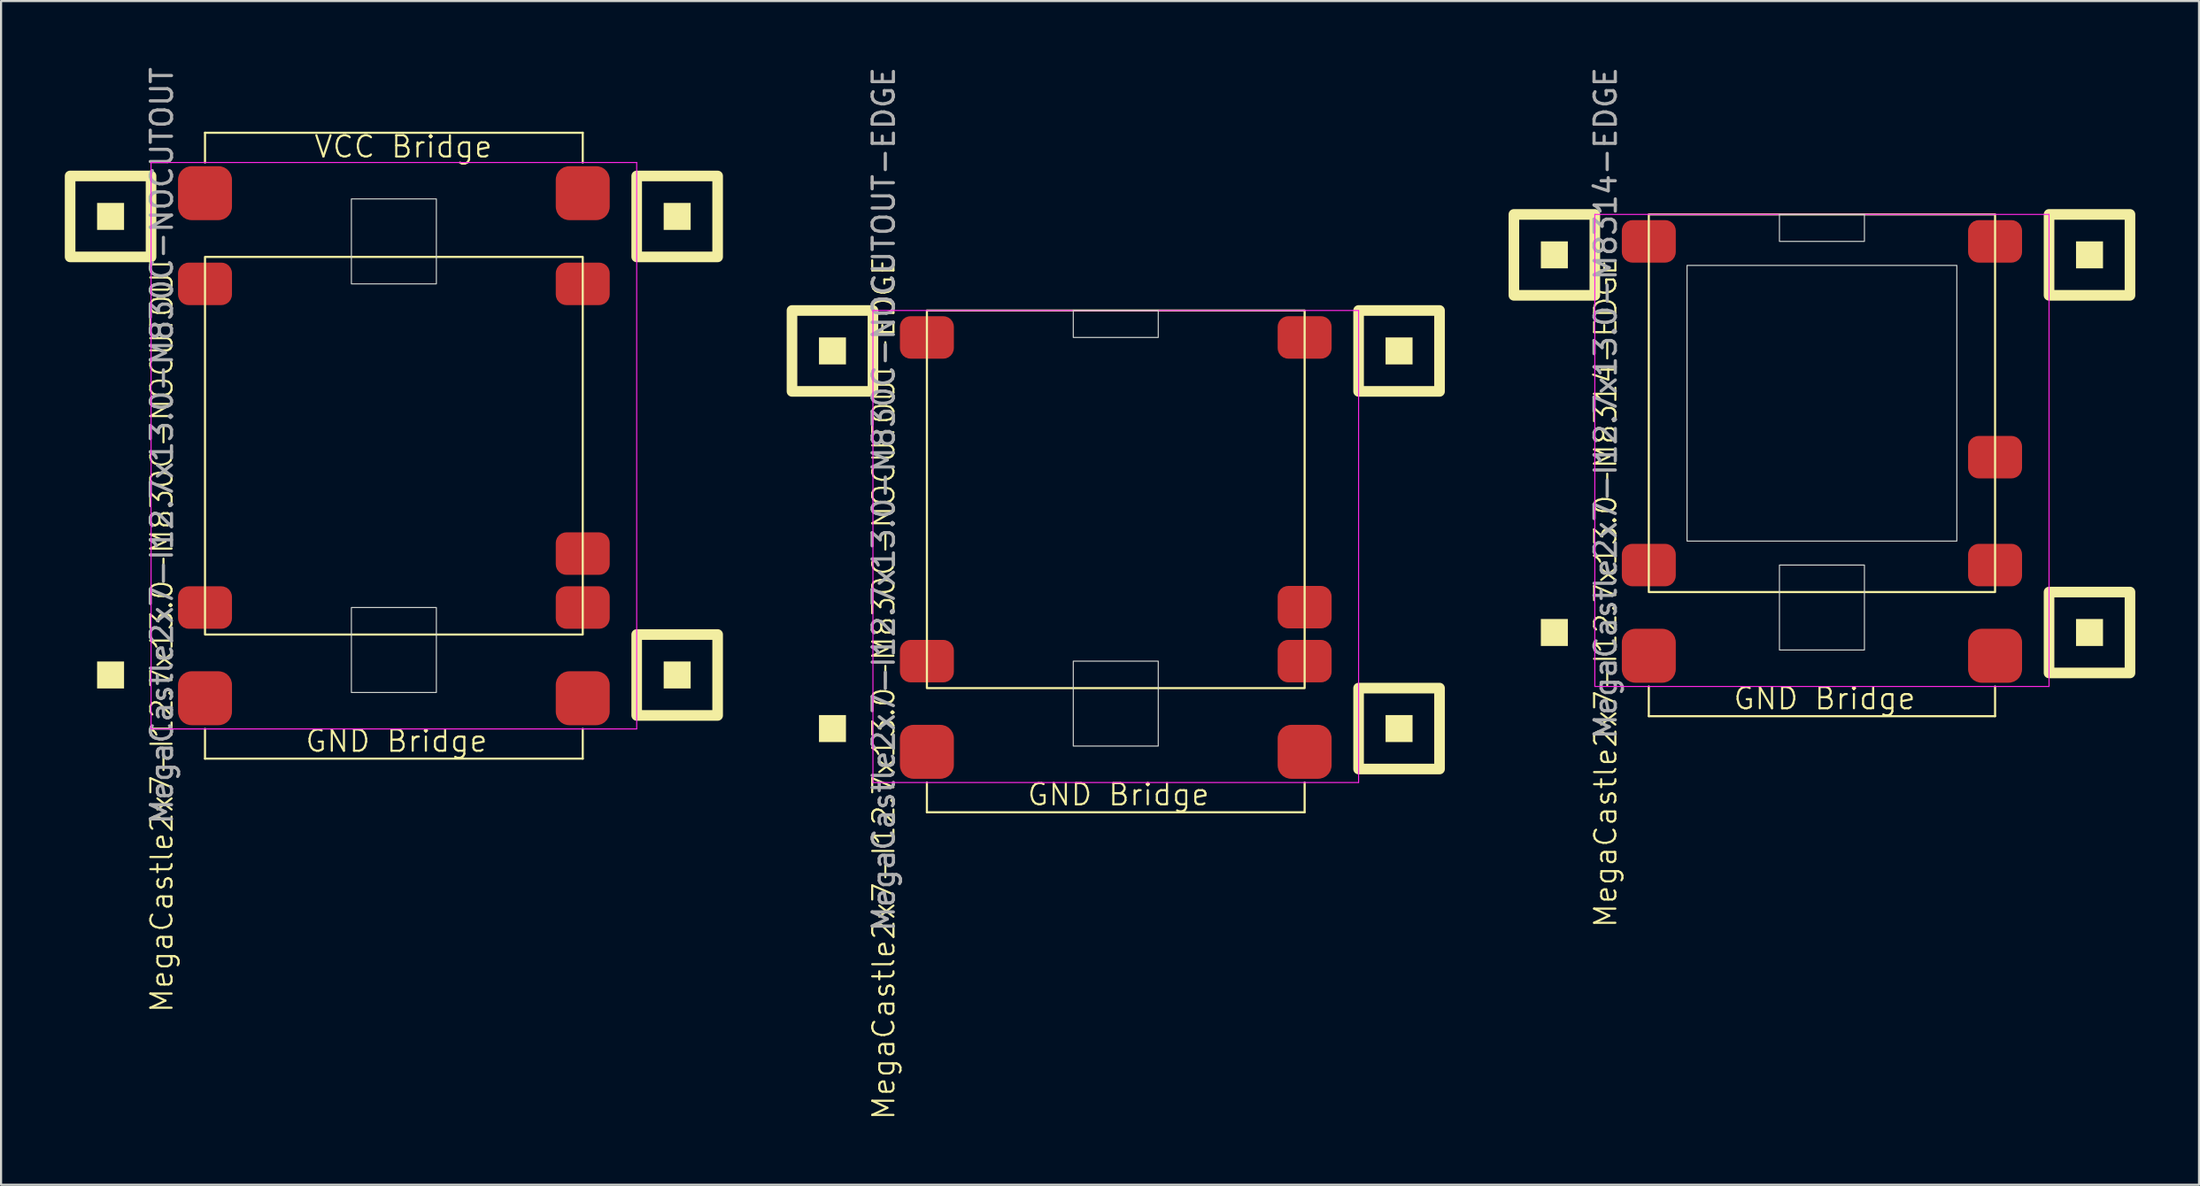
<source format=kicad_pcb>
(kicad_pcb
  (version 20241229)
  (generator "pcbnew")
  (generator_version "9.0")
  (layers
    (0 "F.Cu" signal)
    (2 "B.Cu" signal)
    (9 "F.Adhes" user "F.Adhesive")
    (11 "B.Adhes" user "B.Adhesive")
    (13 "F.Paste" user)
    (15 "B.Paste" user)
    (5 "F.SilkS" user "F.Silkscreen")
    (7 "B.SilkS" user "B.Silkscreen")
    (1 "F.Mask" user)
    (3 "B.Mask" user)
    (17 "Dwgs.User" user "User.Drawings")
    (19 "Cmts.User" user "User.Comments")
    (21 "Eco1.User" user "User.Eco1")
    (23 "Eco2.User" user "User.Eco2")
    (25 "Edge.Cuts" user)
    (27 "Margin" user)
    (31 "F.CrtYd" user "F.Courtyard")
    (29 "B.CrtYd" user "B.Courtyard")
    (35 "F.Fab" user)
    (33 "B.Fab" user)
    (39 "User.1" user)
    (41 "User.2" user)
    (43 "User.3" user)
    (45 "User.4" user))
  (footprint "MegaCastle2x7-I12.7x13.0-M830C-NOCUTOUT-EDGE"
    (layer "F.Cu")
    (at 49.47 20.458)
    (property "Reference" "MegaCastle2x7-I12.7x13.0-M830C-NOCUTOUT-EDGE" (at -10.922 8.89 90) (unlocked yes) (layer "F.SilkS") (effects (font (size 1 1) (thickness 0.1))))
    (attr smd)
    (fp_line (start -8.89 13.335) (end -8.89 14.735) (stroke (width 0.1) (type default)) (layer "F.SilkS"))
    (fp_line (start -8.89 14.735) (end 8.89 14.735) (stroke (width 0.1) (type default)) (layer "F.SilkS"))
    (fp_line (start 8.89 13.335) (end 8.89 14.735) (stroke (width 0.1) (type default)) (layer "F.SilkS"))
    (fp_rect (start -12.7 -6.35) (end -13.97 -7.62) (stroke (width 0) (type solid)) (fill yes) (layer "F.SilkS"))
    (fp_rect (start -12.7 11.43) (end -13.97 10.16) (stroke (width 0) (type solid)) (fill yes) (layer "F.SilkS"))
    (fp_rect (start -11.43 -5.08) (end -15.24 -8.89) (stroke (width 0.5) (type default)) (fill no) (layer "F.SilkS"))
    (fp_rect (start -8.89 -8.89) (end 8.89 8.89) (stroke (width 0.1) (type default)) (fill no) (layer "F.SilkS"))
    (fp_rect (start 13.97 -6.35) (end 12.7 -7.62) (stroke (width 0) (type solid)) (fill yes) (layer "F.SilkS"))
    (fp_rect (start 13.97 11.43) (end 12.7 10.16) (stroke (width 0) (type solid)) (fill yes) (layer "F.SilkS"))
    (fp_rect (start 15.24 -5.08) (end 11.43 -8.89) (stroke (width 0.5) (type default)) (fill no) (layer "F.SilkS"))
    (fp_rect (start 15.24 12.7) (end 11.43 8.89) (stroke (width 0.5) (type default)) (fill no) (layer "F.SilkS"))
    (fp_rect (start -2 -7.62) (end 2 -8.89) (stroke (width 0.05) (type default)) (fill no) (layer "Edge.Cuts"))
    (fp_rect (start -2 7.62) (end 2 11.62) (stroke (width 0.05) (type default)) (fill no) (layer "Edge.Cuts"))
    (fp_line (start -11.43 -8.89) (end -11.43 13.335) (stroke (width 0.05) (type default)) (layer "F.CrtYd"))
    (fp_line (start -11.43 13.335) (end 11.43 13.335) (stroke (width 0.05) (type default)) (layer "F.CrtYd"))
    (fp_line (start 11.43 -8.89) (end -11.43 -8.89) (stroke (width 0.05) (type default)) (layer "F.CrtYd"))
    (fp_line (start 11.43 -8.89) (end 11.43 13.335) (stroke (width 0.05) (type default)) (layer "F.CrtYd"))
    (fp_text user "GND Bridge" (at -4.226 14.49 0) (unlocked yes) (layer "F.SilkS") (effects (font (size 1 1) (thickness 0.1)) (justify left bottom)))
    (fp_text user "${REFERENCE}" (at -10.922 0 90) (unlocked yes) (layer "F.Fab") (effects (font (size 1 1) (thickness 0.15))))
    (pad "1" smd roundrect (at -8.89 -7.62) (size 2.54 2) (layers "F.Cu" "F.Mask" "F.Paste") (roundrect_rratio 0.25))
    (pad "7" smd roundrect (at -8.89 7.62) (size 2.54 2) (layers "F.Cu" "F.Mask" "F.Paste") (roundrect_rratio 0.25))
    (pad "8" smd roundrect (at 8.89 -7.62) (size 2.54 2) (layers "F.Cu" "F.Mask" "F.Paste") (roundrect_rratio 0.25))
    (pad "13" smd roundrect (at 8.89 5.08) (size 2.54 2) (layers "F.Cu" "F.Mask" "F.Paste") (roundrect_rratio 0.25))
    (pad "14" smd roundrect (at 8.89 7.62) (size 2.54 2) (layers "F.Cu" "F.Mask" "F.Paste") (roundrect_rratio 0.25))
    (pad "B1" smd roundrect (at -8.89 11.89) (size 2.54 2.54) (layers "F.Cu" "F.Mask" "F.Paste") (roundrect_rratio 0.25))
    (pad "B2" smd roundrect (at 8.89 11.89) (size 2.54 2.54) (layers "F.Cu" "F.Mask" "F.Paste") (roundrect_rratio 0.25)))
  (footprint "MegaCastle2x7-I12.7x13.0-M830C-NOCUTOUT"
    (layer "F.Cu")
    (at 15.49 17.935)
    (property "Reference" "MegaCastle2x7-I12.7x13.0-M830C-NOCUTOUT" (at -10.922 8.89 90) (unlocked yes) (layer "F.SilkS") (effects (font (size 1 1) (thickness 0.1))))
    (attr smd)
    (fp_line (start -8.89 -14.735) (end 8.89 -14.735) (stroke (width 0.1) (type default)) (layer "F.SilkS"))
    (fp_line (start -8.89 -13.335) (end -8.89 -14.735) (stroke (width 0.1) (type default)) (layer "F.SilkS"))
    (fp_line (start -8.89 13.335) (end -8.89 14.735) (stroke (width 0.1) (type default)) (layer "F.SilkS"))
    (fp_line (start -8.89 14.735) (end 8.89 14.735) (stroke (width 0.1) (type default)) (layer "F.SilkS"))
    (fp_line (start 8.89 -13.335) (end 8.89 -14.735) (stroke (width 0.1) (type default)) (layer "F.SilkS"))
    (fp_line (start 8.89 13.335) (end 8.89 14.735) (stroke (width 0.1) (type default)) (layer "F.SilkS"))
    (fp_rect (start -12.7 -10.16) (end -13.97 -11.43) (stroke (width 0) (type solid)) (fill yes) (layer "F.SilkS"))
    (fp_rect (start -12.7 11.43) (end -13.97 10.16) (stroke (width 0) (type solid)) (fill yes) (layer "F.SilkS"))
    (fp_rect (start -11.43 -8.89) (end -15.24 -12.7) (stroke (width 0.5) (type default)) (fill no) (layer "F.SilkS"))
    (fp_rect (start -8.89 -8.89) (end 8.89 8.89) (stroke (width 0.1) (type default)) (fill no) (layer "F.SilkS"))
    (fp_rect (start 13.97 -10.16) (end 12.7 -11.43) (stroke (width 0) (type solid)) (fill yes) (layer "F.SilkS"))
    (fp_rect (start 13.97 11.43) (end 12.7 10.16) (stroke (width 0) (type solid)) (fill yes) (layer "F.SilkS"))
    (fp_rect (start 15.24 -8.89) (end 11.43 -12.7) (stroke (width 0.5) (type default)) (fill no) (layer "F.SilkS"))
    (fp_rect (start 15.24 12.7) (end 11.43 8.89) (stroke (width 0.5) (type default)) (fill no) (layer "F.SilkS"))
    (fp_rect (start -2 -7.62) (end 2 -11.62) (stroke (width 0.05) (type default)) (fill no) (layer "Edge.Cuts"))
    (fp_rect (start -2 7.62) (end 2 11.62) (stroke (width 0.05) (type default)) (fill no) (layer "Edge.Cuts"))
    (fp_line (start -11.43 -13.335) (end -11.43 13.335) (stroke (width 0.05) (type default)) (layer "F.CrtYd"))
    (fp_line (start -11.43 13.335) (end 11.43 13.335) (stroke (width 0.05) (type default)) (layer "F.CrtYd"))
    (fp_line (start 11.43 -13.335) (end -11.43 -13.335) (stroke (width 0.05) (type default)) (layer "F.CrtYd"))
    (fp_line (start 11.43 -13.335) (end 11.43 13.335) (stroke (width 0.05) (type default)) (layer "F.CrtYd"))
    (fp_text user "GND Bridge" (at -4.226 14.49 0) (unlocked yes) (layer "F.SilkS") (effects (font (size 1 1) (thickness 0.1)) (justify left bottom)))
    (fp_text user "VCC Bridge" (at -3.81 -13.49 0) (unlocked yes) (layer "F.SilkS") (effects (font (size 1 1) (thickness 0.1)) (justify left bottom)))
    (fp_text user "${REFERENCE}" (at -10.922 0 90) (unlocked yes) (layer "F.Fab") (effects (font (size 1 1) (thickness 0.15))))
    (pad "1" smd roundrect (at -8.89 -7.62) (size 2.54 2) (layers "F.Cu" "F.Mask" "F.Paste") (roundrect_rratio 0.25))
    (pad "7" smd roundrect (at -8.89 7.62) (size 2.54 2) (layers "F.Cu" "F.Mask" "F.Paste") (roundrect_rratio 0.25))
    (pad "8" smd roundrect (at 8.89 -7.62) (size 2.54 2) (layers "F.Cu" "F.Mask" "F.Paste") (roundrect_rratio 0.25))
    (pad "13" smd roundrect (at 8.89 5.08) (size 2.54 2) (layers "F.Cu" "F.Mask" "F.Paste") (roundrect_rratio 0.25))
    (pad "14" smd roundrect (at 8.89 7.62) (size 2.54 2) (layers "F.Cu" "F.Mask" "F.Paste") (roundrect_rratio 0.25))
    (pad "A1" smd roundrect (at -8.89 -11.89) (size 2.54 2.54) (layers "F.Cu" "F.Mask" "F.Paste") (roundrect_rratio 0.25))
    (pad "A2" smd roundrect (at 8.89 -11.89) (size 2.54 2.54) (layers "F.Cu" "F.Mask" "F.Paste") (roundrect_rratio 0.25))
    (pad "B1" smd roundrect (at -8.89 11.89) (size 2.54 2.54) (layers "F.Cu" "F.Mask" "F.Paste") (roundrect_rratio 0.25))
    (pad "B2" smd roundrect (at 8.89 11.89) (size 2.54 2.54) (layers "F.Cu" "F.Mask" "F.Paste") (roundrect_rratio 0.25)))
  (footprint "MegaCastle2x7-I12.7x13.0-M8314-EDGE"
    (layer "F.Cu")
    (at 82.71 15.935)
    (property "Reference" "MegaCastle2x7-I12.7x13.0-M8314-EDGE" (at -10.182 8.89 90) (unlocked yes) (layer "F.SilkS") (effects (font (size 1 1) (thickness 0.1))))
    (attr smd)
    (fp_line (start -8.15 13.335) (end -8.15 14.735) (stroke (width 0.1) (type default)) (layer "F.SilkS"))
    (fp_line (start -8.15 14.735) (end 8.15 14.735) (stroke (width 0.1) (type default)) (layer "F.SilkS"))
    (fp_line (start 8.15 13.335) (end 8.15 14.735) (stroke (width 0.1) (type default)) (layer "F.SilkS"))
    (fp_rect (start -11.96 -6.35) (end -13.23 -7.62) (stroke (width 0) (type solid)) (fill yes) (layer "F.SilkS"))
    (fp_rect (start -11.96 11.43) (end -13.23 10.16) (stroke (width 0) (type solid)) (fill yes) (layer "F.SilkS"))
    (fp_rect (start -10.69 -5.08) (end -14.5 -8.89) (stroke (width 0.5) (type default)) (fill no) (layer "F.SilkS"))
    (fp_rect (start -8.15 -8.89) (end 8.15 8.89) (stroke (width 0.1) (type default)) (fill no) (layer "F.SilkS"))
    (fp_rect (start 13.23 -6.35) (end 11.96 -7.62) (stroke (width 0) (type solid)) (fill yes) (layer "F.SilkS"))
    (fp_rect (start 13.23 11.43) (end 11.96 10.16) (stroke (width 0) (type solid)) (fill yes) (layer "F.SilkS"))
    (fp_rect (start 14.5 -5.08) (end 10.69 -8.89) (stroke (width 0.5) (type default)) (fill no) (layer "F.SilkS"))
    (fp_rect (start 14.5 12.7) (end 10.69 8.89) (stroke (width 0.5) (type default)) (fill no) (layer "F.SilkS"))
    (fp_rect (start -6.35 -6.49) (end 6.35 6.49) (stroke (width 0.05) (type default)) (fill no) (layer "Edge.Cuts"))
    (fp_rect (start -2 -7.62) (end 2 -8.89) (stroke (width 0.05) (type default)) (fill no) (layer "Edge.Cuts"))
    (fp_rect (start -2 7.62) (end 2 11.62) (stroke (width 0.05) (type default)) (fill no) (layer "Edge.Cuts"))
    (fp_line (start -10.69 -8.89) (end -10.69 13.335) (stroke (width 0.05) (type default)) (layer "F.CrtYd"))
    (fp_line (start -10.69 13.335) (end 10.69 13.335) (stroke (width 0.05) (type default)) (layer "F.CrtYd"))
    (fp_line (start 10.69 -8.89) (end -10.69 -8.89) (stroke (width 0.05) (type default)) (layer "F.CrtYd"))
    (fp_line (start 10.69 -8.89) (end 10.69 13.335) (stroke (width 0.05) (type default)) (layer "F.CrtYd"))
    (fp_text user "GND Bridge" (at -4.226 14.49 0) (unlocked yes) (layer "F.SilkS") (effects (font (size 1 1) (thickness 0.1)) (justify left bottom)))
    (fp_text user "${REFERENCE}" (at -10.182 0 90) (unlocked yes) (layer "F.Fab") (effects (font (size 1 1) (thickness 0.15))))
    (pad "1" smd roundrect (at -8.15 -7.62) (size 2.54 2) (layers "F.Cu" "F.Mask" "F.Paste") (roundrect_rratio 0.25))
    (pad "7" smd roundrect (at -8.15 7.62) (size 2.54 2) (layers "F.Cu" "F.Mask" "F.Paste") (roundrect_rratio 0.25))
    (pad "8" smd roundrect (at 8.15 -7.62) (size 2.54 2) (layers "F.Cu" "F.Mask" "F.Paste") (roundrect_rratio 0.25))
    (pad "12" smd roundrect (at 8.15 2.54) (size 2.54 2) (layers "F.Cu" "F.Mask" "F.Paste") (roundrect_rratio 0.25))
    (pad "14" smd roundrect (at 8.15 7.62) (size 2.54 2) (layers "F.Cu" "F.Mask" "F.Paste") (roundrect_rratio 0.25))
    (pad "B1" smd roundrect (at -8.15 11.89) (size 2.54 2.54) (layers "F.Cu" "F.Mask" "F.Paste") (roundrect_rratio 0.25))
    (pad "B2" smd roundrect (at 8.15 11.89) (size 2.54 2.54) (layers "F.Cu" "F.Mask" "F.Paste") (roundrect_rratio 0.25)))
  (gr_rect
    (start -3 -3)
    (end 100.46 52.732)
    (stroke (width 0.1) (type default))
    (fill no)
    (layer "Edge.Cuts")))
</source>
